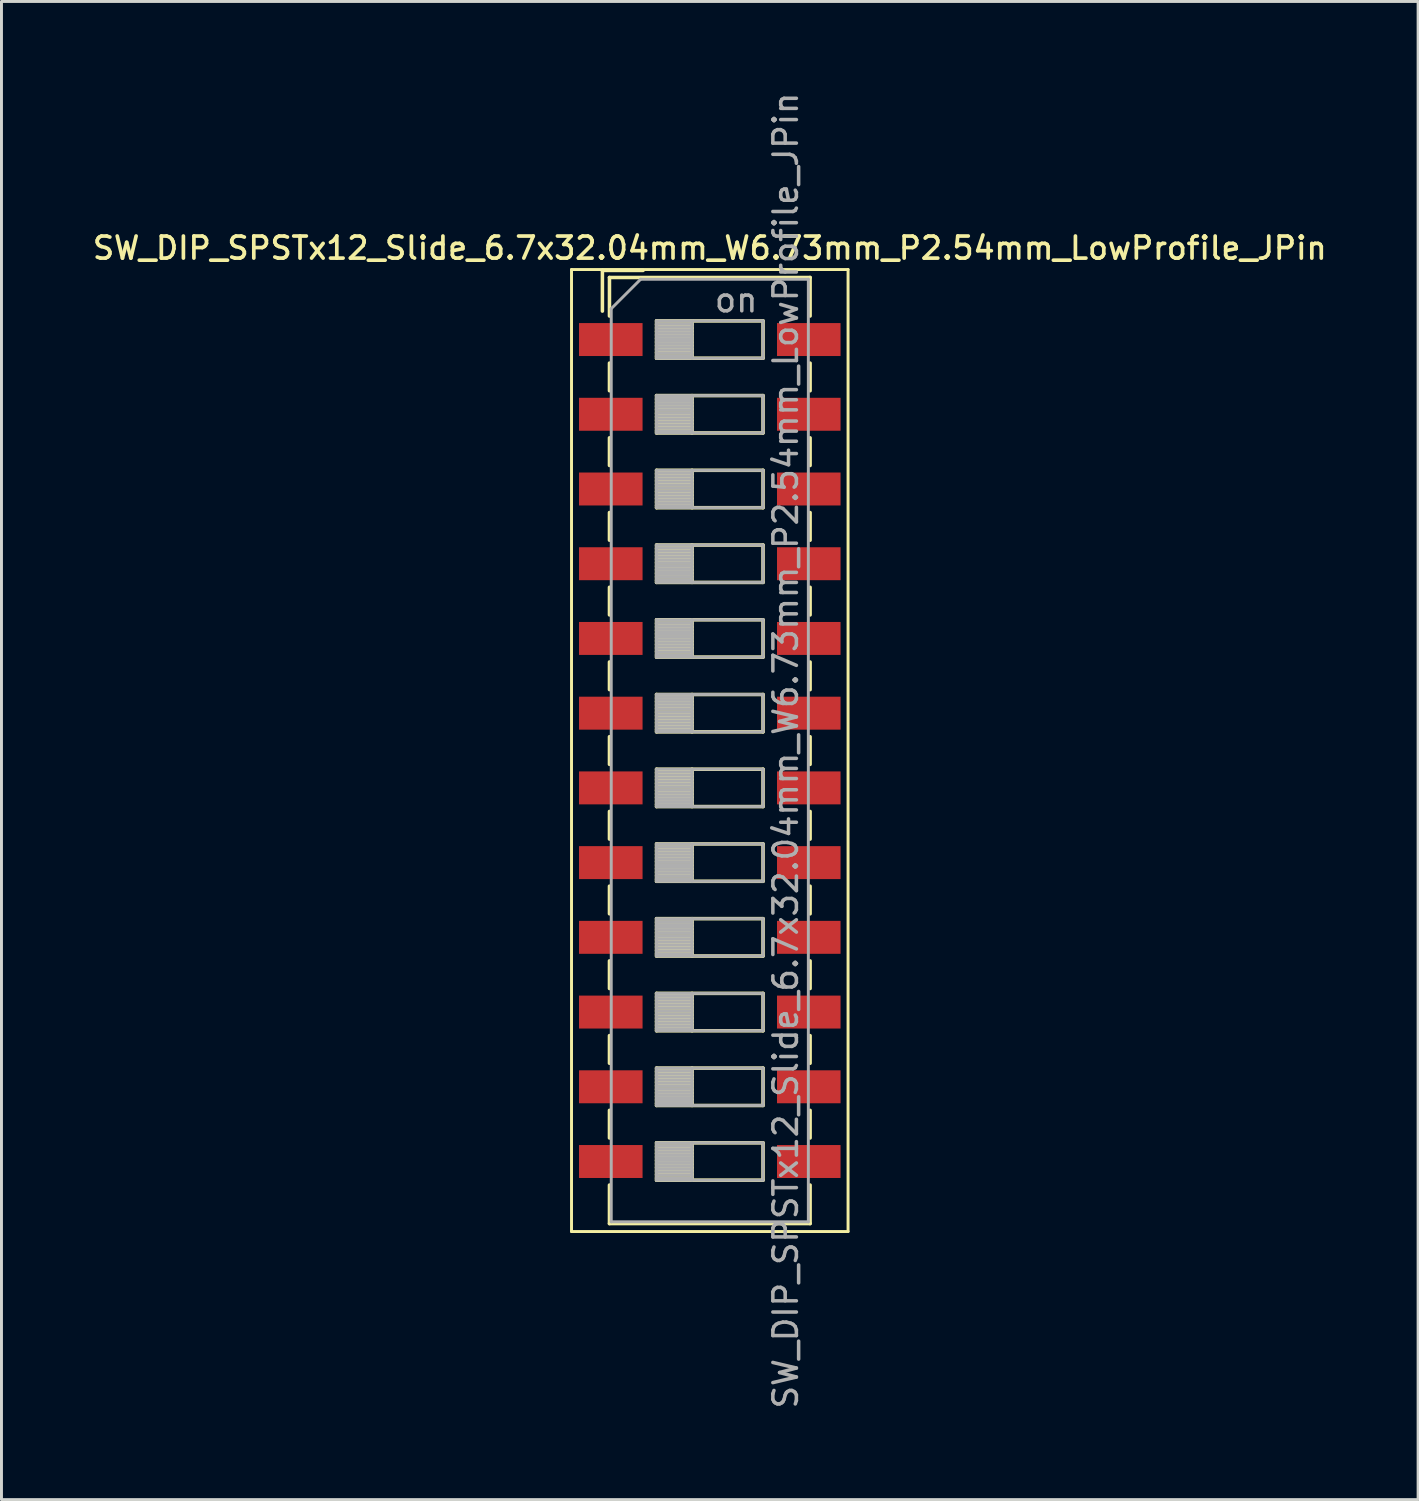
<source format=kicad_pcb>
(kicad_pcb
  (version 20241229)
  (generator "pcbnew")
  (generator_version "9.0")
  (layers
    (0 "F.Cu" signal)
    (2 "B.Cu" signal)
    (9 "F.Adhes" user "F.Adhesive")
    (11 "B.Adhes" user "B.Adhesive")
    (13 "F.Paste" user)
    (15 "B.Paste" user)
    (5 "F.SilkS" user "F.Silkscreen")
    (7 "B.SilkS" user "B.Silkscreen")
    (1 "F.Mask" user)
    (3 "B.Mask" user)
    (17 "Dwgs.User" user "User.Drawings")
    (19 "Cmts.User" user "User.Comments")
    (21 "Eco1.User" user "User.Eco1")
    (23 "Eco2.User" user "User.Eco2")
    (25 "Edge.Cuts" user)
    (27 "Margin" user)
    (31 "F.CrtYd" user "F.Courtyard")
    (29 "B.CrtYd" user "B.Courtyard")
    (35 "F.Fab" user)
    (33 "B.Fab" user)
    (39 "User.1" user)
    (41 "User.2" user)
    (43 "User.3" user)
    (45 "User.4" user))
  (footprint "SW_DIP_SPSTx12_Slide_6.7x32.04mm_W6.73mm_P2.54mm_LowProfile_JPin"
    (layer "F.Cu")
    (at 21.077 22.462)
    (property "Reference" "SW_DIP_SPSTx12_Slide_6.7x32.04mm_W6.73mm_P2.54mm_LowProfile_JPin" (at 0 -17.08 0) (layer "F.SilkS") (effects (font (size 0.75 0.75) (thickness 0.125))))
    (attr smd)
    (fp_line (start -4.7 -16.35) (end -4.7 16.35) (stroke (width 0.1) (type solid)) (layer "F.SilkS"))
    (fp_line (start -4.7 16.35) (end 4.7 16.35) (stroke (width 0.1) (type solid)) (layer "F.SilkS"))
    (fp_line (start -3.65 -16.32) (end -3.65 -14.937) (stroke (width 0.12) (type solid)) (layer "F.SilkS"))
    (fp_line (start -3.65 -16.32) (end -2.267 -16.32) (stroke (width 0.12) (type solid)) (layer "F.SilkS"))
    (fp_line (start -3.41 -16.08) (end -3.41 -14.77) (stroke (width 0.12) (type solid)) (layer "F.SilkS"))
    (fp_line (start -3.41 -16.08) (end 3.41 -16.08) (stroke (width 0.12) (type solid)) (layer "F.SilkS"))
    (fp_line (start -3.41 -13.17) (end -3.41 -12.23) (stroke (width 0.12) (type solid)) (layer "F.SilkS"))
    (fp_line (start -3.41 -10.63) (end -3.41 -9.69) (stroke (width 0.12) (type solid)) (layer "F.SilkS"))
    (fp_line (start -3.41 -8.09) (end -3.41 -7.15) (stroke (width 0.12) (type solid)) (layer "F.SilkS"))
    (fp_line (start -3.41 -5.55) (end -3.41 -4.61) (stroke (width 0.12) (type solid)) (layer "F.SilkS"))
    (fp_line (start -3.41 -3.01) (end -3.41 -2.07) (stroke (width 0.12) (type solid)) (layer "F.SilkS"))
    (fp_line (start -3.41 -0.47) (end -3.41 0.47) (stroke (width 0.12) (type solid)) (layer "F.SilkS"))
    (fp_line (start -3.41 2.07) (end -3.41 3.01) (stroke (width 0.12) (type solid)) (layer "F.SilkS"))
    (fp_line (start -3.41 4.61) (end -3.41 5.55) (stroke (width 0.12) (type solid)) (layer "F.SilkS"))
    (fp_line (start -3.41 7.15) (end -3.41 8.09) (stroke (width 0.12) (type solid)) (layer "F.SilkS"))
    (fp_line (start -3.41 9.69) (end -3.41 10.63) (stroke (width 0.12) (type solid)) (layer "F.SilkS"))
    (fp_line (start -3.41 12.23) (end -3.41 13.17) (stroke (width 0.12) (type solid)) (layer "F.SilkS"))
    (fp_line (start -3.41 14.77) (end -3.41 16.08) (stroke (width 0.12) (type solid)) (layer "F.SilkS"))
    (fp_line (start -3.41 16.08) (end 3.41 16.08) (stroke (width 0.12) (type solid)) (layer "F.SilkS"))
    (fp_line (start -1.81 -14.605) (end -1.81 -13.335) (stroke (width 0.12) (type solid)) (layer "F.SilkS"))
    (fp_line (start -1.81 -14.485) (end -0.603 -14.485) (stroke (width 0.12) (type solid)) (layer "F.SilkS"))
    (fp_line (start -1.81 -14.365) (end -0.603 -14.365) (stroke (width 0.12) (type solid)) (layer "F.SilkS"))
    (fp_line (start -1.81 -14.245) (end -0.603 -14.245) (stroke (width 0.12) (type solid)) (layer "F.SilkS"))
    (fp_line (start -1.81 -14.125) (end -0.603 -14.125) (stroke (width 0.12) (type solid)) (layer "F.SilkS"))
    (fp_line (start -1.81 -14.005) (end -0.603 -14.005) (stroke (width 0.12) (type solid)) (layer "F.SilkS"))
    (fp_line (start -1.81 -13.885) (end -0.603 -13.885) (stroke (width 0.12) (type solid)) (layer "F.SilkS"))
    (fp_line (start -1.81 -13.765) (end -0.603 -13.765) (stroke (width 0.12) (type solid)) (layer "F.SilkS"))
    (fp_line (start -1.81 -13.645) (end -0.603 -13.645) (stroke (width 0.12) (type solid)) (layer "F.SilkS"))
    (fp_line (start -1.81 -13.525) (end -0.603 -13.525) (stroke (width 0.12) (type solid)) (layer "F.SilkS"))
    (fp_line (start -1.81 -13.405) (end -0.603 -13.405) (stroke (width 0.12) (type solid)) (layer "F.SilkS"))
    (fp_line (start -1.81 -13.335) (end 1.81 -13.335) (stroke (width 0.12) (type solid)) (layer "F.SilkS"))
    (fp_line (start -1.81 -12.065) (end -1.81 -10.795) (stroke (width 0.12) (type solid)) (layer "F.SilkS"))
    (fp_line (start -1.81 -11.945) (end -0.603 -11.945) (stroke (width 0.12) (type solid)) (layer "F.SilkS"))
    (fp_line (start -1.81 -11.825) (end -0.603 -11.825) (stroke (width 0.12) (type solid)) (layer "F.SilkS"))
    (fp_line (start -1.81 -11.705) (end -0.603 -11.705) (stroke (width 0.12) (type solid)) (layer "F.SilkS"))
    (fp_line (start -1.81 -11.585) (end -0.603 -11.585) (stroke (width 0.12) (type solid)) (layer "F.SilkS"))
    (fp_line (start -1.81 -11.465) (end -0.603 -11.465) (stroke (width 0.12) (type solid)) (layer "F.SilkS"))
    (fp_line (start -1.81 -11.345) (end -0.603 -11.345) (stroke (width 0.12) (type solid)) (layer "F.SilkS"))
    (fp_line (start -1.81 -11.225) (end -0.603 -11.225) (stroke (width 0.12) (type solid)) (layer "F.SilkS"))
    (fp_line (start -1.81 -11.105) (end -0.603 -11.105) (stroke (width 0.12) (type solid)) (layer "F.SilkS"))
    (fp_line (start -1.81 -10.985) (end -0.603 -10.985) (stroke (width 0.12) (type solid)) (layer "F.SilkS"))
    (fp_line (start -1.81 -10.865) (end -0.603 -10.865) (stroke (width 0.12) (type solid)) (layer "F.SilkS"))
    (fp_line (start -1.81 -10.795) (end 1.81 -10.795) (stroke (width 0.12) (type solid)) (layer "F.SilkS"))
    (fp_line (start -1.81 -9.525) (end -1.81 -8.255) (stroke (width 0.12) (type solid)) (layer "F.SilkS"))
    (fp_line (start -1.81 -9.405) (end -0.603 -9.405) (stroke (width 0.12) (type solid)) (layer "F.SilkS"))
    (fp_line (start -1.81 -9.285) (end -0.603 -9.285) (stroke (width 0.12) (type solid)) (layer "F.SilkS"))
    (fp_line (start -1.81 -9.165) (end -0.603 -9.165) (stroke (width 0.12) (type solid)) (layer "F.SilkS"))
    (fp_line (start -1.81 -9.045) (end -0.603 -9.045) (stroke (width 0.12) (type solid)) (layer "F.SilkS"))
    (fp_line (start -1.81 -8.925) (end -0.603 -8.925) (stroke (width 0.12) (type solid)) (layer "F.SilkS"))
    (fp_line (start -1.81 -8.805) (end -0.603 -8.805) (stroke (width 0.12) (type solid)) (layer "F.SilkS"))
    (fp_line (start -1.81 -8.685) (end -0.603 -8.685) (stroke (width 0.12) (type solid)) (layer "F.SilkS"))
    (fp_line (start -1.81 -8.565) (end -0.603 -8.565) (stroke (width 0.12) (type solid)) (layer "F.SilkS"))
    (fp_line (start -1.81 -8.445) (end -0.603 -8.445) (stroke (width 0.12) (type solid)) (layer "F.SilkS"))
    (fp_line (start -1.81 -8.325) (end -0.603 -8.325) (stroke (width 0.12) (type solid)) (layer "F.SilkS"))
    (fp_line (start -1.81 -8.255) (end 1.81 -8.255) (stroke (width 0.12) (type solid)) (layer "F.SilkS"))
    (fp_line (start -1.81 -6.985) (end -1.81 -5.715) (stroke (width 0.12) (type solid)) (layer "F.SilkS"))
    (fp_line (start -1.81 -6.865) (end -0.603 -6.865) (stroke (width 0.12) (type solid)) (layer "F.SilkS"))
    (fp_line (start -1.81 -6.745) (end -0.603 -6.745) (stroke (width 0.12) (type solid)) (layer "F.SilkS"))
    (fp_line (start -1.81 -6.625) (end -0.603 -6.625) (stroke (width 0.12) (type solid)) (layer "F.SilkS"))
    (fp_line (start -1.81 -6.505) (end -0.603 -6.505) (stroke (width 0.12) (type solid)) (layer "F.SilkS"))
    (fp_line (start -1.81 -6.385) (end -0.603 -6.385) (stroke (width 0.12) (type solid)) (layer "F.SilkS"))
    (fp_line (start -1.81 -6.265) (end -0.603 -6.265) (stroke (width 0.12) (type solid)) (layer "F.SilkS"))
    (fp_line (start -1.81 -6.145) (end -0.603 -6.145) (stroke (width 0.12) (type solid)) (layer "F.SilkS"))
    (fp_line (start -1.81 -6.025) (end -0.603 -6.025) (stroke (width 0.12) (type solid)) (layer "F.SilkS"))
    (fp_line (start -1.81 -5.905) (end -0.603 -5.905) (stroke (width 0.12) (type solid)) (layer "F.SilkS"))
    (fp_line (start -1.81 -5.785) (end -0.603 -5.785) (stroke (width 0.12) (type solid)) (layer "F.SilkS"))
    (fp_line (start -1.81 -5.715) (end 1.81 -5.715) (stroke (width 0.12) (type solid)) (layer "F.SilkS"))
    (fp_line (start -1.81 -4.445) (end -1.81 -3.175) (stroke (width 0.12) (type solid)) (layer "F.SilkS"))
    (fp_line (start -1.81 -4.325) (end -0.603 -4.325) (stroke (width 0.12) (type solid)) (layer "F.SilkS"))
    (fp_line (start -1.81 -4.205) (end -0.603 -4.205) (stroke (width 0.12) (type solid)) (layer "F.SilkS"))
    (fp_line (start -1.81 -4.085) (end -0.603 -4.085) (stroke (width 0.12) (type solid)) (layer "F.SilkS"))
    (fp_line (start -1.81 -3.965) (end -0.603 -3.965) (stroke (width 0.12) (type solid)) (layer "F.SilkS"))
    (fp_line (start -1.81 -3.845) (end -0.603 -3.845) (stroke (width 0.12) (type solid)) (layer "F.SilkS"))
    (fp_line (start -1.81 -3.725) (end -0.603 -3.725) (stroke (width 0.12) (type solid)) (layer "F.SilkS"))
    (fp_line (start -1.81 -3.605) (end -0.603 -3.605) (stroke (width 0.12) (type solid)) (layer "F.SilkS"))
    (fp_line (start -1.81 -3.485) (end -0.603 -3.485) (stroke (width 0.12) (type solid)) (layer "F.SilkS"))
    (fp_line (start -1.81 -3.365) (end -0.603 -3.365) (stroke (width 0.12) (type solid)) (layer "F.SilkS"))
    (fp_line (start -1.81 -3.245) (end -0.603 -3.245) (stroke (width 0.12) (type solid)) (layer "F.SilkS"))
    (fp_line (start -1.81 -3.175) (end 1.81 -3.175) (stroke (width 0.12) (type solid)) (layer "F.SilkS"))
    (fp_line (start -1.81 -1.905) (end -1.81 -0.635) (stroke (width 0.12) (type solid)) (layer "F.SilkS"))
    (fp_line (start -1.81 -1.785) (end -0.603 -1.785) (stroke (width 0.12) (type solid)) (layer "F.SilkS"))
    (fp_line (start -1.81 -1.665) (end -0.603 -1.665) (stroke (width 0.12) (type solid)) (layer "F.SilkS"))
    (fp_line (start -1.81 -1.545) (end -0.603 -1.545) (stroke (width 0.12) (type solid)) (layer "F.SilkS"))
    (fp_line (start -1.81 -1.425) (end -0.603 -1.425) (stroke (width 0.12) (type solid)) (layer "F.SilkS"))
    (fp_line (start -1.81 -1.305) (end -0.603 -1.305) (stroke (width 0.12) (type solid)) (layer "F.SilkS"))
    (fp_line (start -1.81 -1.185) (end -0.603 -1.185) (stroke (width 0.12) (type solid)) (layer "F.SilkS"))
    (fp_line (start -1.81 -1.065) (end -0.603 -1.065) (stroke (width 0.12) (type solid)) (layer "F.SilkS"))
    (fp_line (start -1.81 -0.945) (end -0.603 -0.945) (stroke (width 0.12) (type solid)) (layer "F.SilkS"))
    (fp_line (start -1.81 -0.825) (end -0.603 -0.825) (stroke (width 0.12) (type solid)) (layer "F.SilkS"))
    (fp_line (start -1.81 -0.705) (end -0.603 -0.705) (stroke (width 0.12) (type solid)) (layer "F.SilkS"))
    (fp_line (start -1.81 -0.635) (end 1.81 -0.635) (stroke (width 0.12) (type solid)) (layer "F.SilkS"))
    (fp_line (start -1.81 0.635) (end -1.81 1.905) (stroke (width 0.12) (type solid)) (layer "F.SilkS"))
    (fp_line (start -1.81 0.755) (end -0.603 0.755) (stroke (width 0.12) (type solid)) (layer "F.SilkS"))
    (fp_line (start -1.81 0.875) (end -0.603 0.875) (stroke (width 0.12) (type solid)) (layer "F.SilkS"))
    (fp_line (start -1.81 0.995) (end -0.603 0.995) (stroke (width 0.12) (type solid)) (layer "F.SilkS"))
    (fp_line (start -1.81 1.115) (end -0.603 1.115) (stroke (width 0.12) (type solid)) (layer "F.SilkS"))
    (fp_line (start -1.81 1.235) (end -0.603 1.235) (stroke (width 0.12) (type solid)) (layer "F.SilkS"))
    (fp_line (start -1.81 1.355) (end -0.603 1.355) (stroke (width 0.12) (type solid)) (layer "F.SilkS"))
    (fp_line (start -1.81 1.475) (end -0.603 1.475) (stroke (width 0.12) (type solid)) (layer "F.SilkS"))
    (fp_line (start -1.81 1.595) (end -0.603 1.595) (stroke (width 0.12) (type solid)) (layer "F.SilkS"))
    (fp_line (start -1.81 1.715) (end -0.603 1.715) (stroke (width 0.12) (type solid)) (layer "F.SilkS"))
    (fp_line (start -1.81 1.835) (end -0.603 1.835) (stroke (width 0.12) (type solid)) (layer "F.SilkS"))
    (fp_line (start -1.81 1.905) (end 1.81 1.905) (stroke (width 0.12) (type solid)) (layer "F.SilkS"))
    (fp_line (start -1.81 3.175) (end -1.81 4.445) (stroke (width 0.12) (type solid)) (layer "F.SilkS"))
    (fp_line (start -1.81 3.295) (end -0.603 3.295) (stroke (width 0.12) (type solid)) (layer "F.SilkS"))
    (fp_line (start -1.81 3.415) (end -0.603 3.415) (stroke (width 0.12) (type solid)) (layer "F.SilkS"))
    (fp_line (start -1.81 3.535) (end -0.603 3.535) (stroke (width 0.12) (type solid)) (layer "F.SilkS"))
    (fp_line (start -1.81 3.655) (end -0.603 3.655) (stroke (width 0.12) (type solid)) (layer "F.SilkS"))
    (fp_line (start -1.81 3.775) (end -0.603 3.775) (stroke (width 0.12) (type solid)) (layer "F.SilkS"))
    (fp_line (start -1.81 3.895) (end -0.603 3.895) (stroke (width 0.12) (type solid)) (layer "F.SilkS"))
    (fp_line (start -1.81 4.015) (end -0.603 4.015) (stroke (width 0.12) (type solid)) (layer "F.SilkS"))
    (fp_line (start -1.81 4.135) (end -0.603 4.135) (stroke (width 0.12) (type solid)) (layer "F.SilkS"))
    (fp_line (start -1.81 4.255) (end -0.603 4.255) (stroke (width 0.12) (type solid)) (layer "F.SilkS"))
    (fp_line (start -1.81 4.375) (end -0.603 4.375) (stroke (width 0.12) (type solid)) (layer "F.SilkS"))
    (fp_line (start -1.81 4.445) (end 1.81 4.445) (stroke (width 0.12) (type solid)) (layer "F.SilkS"))
    (fp_line (start -1.81 5.715) (end -1.81 6.985) (stroke (width 0.12) (type solid)) (layer "F.SilkS"))
    (fp_line (start -1.81 5.835) (end -0.603 5.835) (stroke (width 0.12) (type solid)) (layer "F.SilkS"))
    (fp_line (start -1.81 5.955) (end -0.603 5.955) (stroke (width 0.12) (type solid)) (layer "F.SilkS"))
    (fp_line (start -1.81 6.075) (end -0.603 6.075) (stroke (width 0.12) (type solid)) (layer "F.SilkS"))
    (fp_line (start -1.81 6.195) (end -0.603 6.195) (stroke (width 0.12) (type solid)) (layer "F.SilkS"))
    (fp_line (start -1.81 6.315) (end -0.603 6.315) (stroke (width 0.12) (type solid)) (layer "F.SilkS"))
    (fp_line (start -1.81 6.435) (end -0.603 6.435) (stroke (width 0.12) (type solid)) (layer "F.SilkS"))
    (fp_line (start -1.81 6.555) (end -0.603 6.555) (stroke (width 0.12) (type solid)) (layer "F.SilkS"))
    (fp_line (start -1.81 6.675) (end -0.603 6.675) (stroke (width 0.12) (type solid)) (layer "F.SilkS"))
    (fp_line (start -1.81 6.795) (end -0.603 6.795) (stroke (width 0.12) (type solid)) (layer "F.SilkS"))
    (fp_line (start -1.81 6.915) (end -0.603 6.915) (stroke (width 0.12) (type solid)) (layer "F.SilkS"))
    (fp_line (start -1.81 6.985) (end 1.81 6.985) (stroke (width 0.12) (type solid)) (layer "F.SilkS"))
    (fp_line (start -1.81 8.255) (end -1.81 9.525) (stroke (width 0.12) (type solid)) (layer "F.SilkS"))
    (fp_line (start -1.81 8.375) (end -0.603 8.375) (stroke (width 0.12) (type solid)) (layer "F.SilkS"))
    (fp_line (start -1.81 8.495) (end -0.603 8.495) (stroke (width 0.12) (type solid)) (layer "F.SilkS"))
    (fp_line (start -1.81 8.615) (end -0.603 8.615) (stroke (width 0.12) (type solid)) (layer "F.SilkS"))
    (fp_line (start -1.81 8.735) (end -0.603 8.735) (stroke (width 0.12) (type solid)) (layer "F.SilkS"))
    (fp_line (start -1.81 8.855) (end -0.603 8.855) (stroke (width 0.12) (type solid)) (layer "F.SilkS"))
    (fp_line (start -1.81 8.975) (end -0.603 8.975) (stroke (width 0.12) (type solid)) (layer "F.SilkS"))
    (fp_line (start -1.81 9.095) (end -0.603 9.095) (stroke (width 0.12) (type solid)) (layer "F.SilkS"))
    (fp_line (start -1.81 9.215) (end -0.603 9.215) (stroke (width 0.12) (type solid)) (layer "F.SilkS"))
    (fp_line (start -1.81 9.335) (end -0.603 9.335) (stroke (width 0.12) (type solid)) (layer "F.SilkS"))
    (fp_line (start -1.81 9.455) (end -0.603 9.455) (stroke (width 0.12) (type solid)) (layer "F.SilkS"))
    (fp_line (start -1.81 9.525) (end 1.81 9.525) (stroke (width 0.12) (type solid)) (layer "F.SilkS"))
    (fp_line (start -1.81 10.795) (end -1.81 12.065) (stroke (width 0.12) (type solid)) (layer "F.SilkS"))
    (fp_line (start -1.81 10.915) (end -0.603 10.915) (stroke (width 0.12) (type solid)) (layer "F.SilkS"))
    (fp_line (start -1.81 11.035) (end -0.603 11.035) (stroke (width 0.12) (type solid)) (layer "F.SilkS"))
    (fp_line (start -1.81 11.155) (end -0.603 11.155) (stroke (width 0.12) (type solid)) (layer "F.SilkS"))
    (fp_line (start -1.81 11.275) (end -0.603 11.275) (stroke (width 0.12) (type solid)) (layer "F.SilkS"))
    (fp_line (start -1.81 11.395) (end -0.603 11.395) (stroke (width 0.12) (type solid)) (layer "F.SilkS"))
    (fp_line (start -1.81 11.515) (end -0.603 11.515) (stroke (width 0.12) (type solid)) (layer "F.SilkS"))
    (fp_line (start -1.81 11.635) (end -0.603 11.635) (stroke (width 0.12) (type solid)) (layer "F.SilkS"))
    (fp_line (start -1.81 11.755) (end -0.603 11.755) (stroke (width 0.12) (type solid)) (layer "F.SilkS"))
    (fp_line (start -1.81 11.875) (end -0.603 11.875) (stroke (width 0.12) (type solid)) (layer "F.SilkS"))
    (fp_line (start -1.81 11.995) (end -0.603 11.995) (stroke (width 0.12) (type solid)) (layer "F.SilkS"))
    (fp_line (start -1.81 12.065) (end 1.81 12.065) (stroke (width 0.12) (type solid)) (layer "F.SilkS"))
    (fp_line (start -1.81 13.335) (end -1.81 14.605) (stroke (width 0.12) (type solid)) (layer "F.SilkS"))
    (fp_line (start -1.81 13.455) (end -0.603 13.455) (stroke (width 0.12) (type solid)) (layer "F.SilkS"))
    (fp_line (start -1.81 13.575) (end -0.603 13.575) (stroke (width 0.12) (type solid)) (layer "F.SilkS"))
    (fp_line (start -1.81 13.695) (end -0.603 13.695) (stroke (width 0.12) (type solid)) (layer "F.SilkS"))
    (fp_line (start -1.81 13.815) (end -0.603 13.815) (stroke (width 0.12) (type solid)) (layer "F.SilkS"))
    (fp_line (start -1.81 13.935) (end -0.603 13.935) (stroke (width 0.12) (type solid)) (layer "F.SilkS"))
    (fp_line (start -1.81 14.055) (end -0.603 14.055) (stroke (width 0.12) (type solid)) (layer "F.SilkS"))
    (fp_line (start -1.81 14.175) (end -0.603 14.175) (stroke (width 0.12) (type solid)) (layer "F.SilkS"))
    (fp_line (start -1.81 14.295) (end -0.603 14.295) (stroke (width 0.12) (type solid)) (layer "F.SilkS"))
    (fp_line (start -1.81 14.415) (end -0.603 14.415) (stroke (width 0.12) (type solid)) (layer "F.SilkS"))
    (fp_line (start -1.81 14.535) (end -0.603 14.535) (stroke (width 0.12) (type solid)) (layer "F.SilkS"))
    (fp_line (start -1.81 14.605) (end 1.81 14.605) (stroke (width 0.12) (type solid)) (layer "F.SilkS"))
    (fp_line (start -0.603 -14.605) (end -0.603 -13.335) (stroke (width 0.12) (type solid)) (layer "F.SilkS"))
    (fp_line (start -0.603 -12.065) (end -0.603 -10.795) (stroke (width 0.12) (type solid)) (layer "F.SilkS"))
    (fp_line (start -0.603 -9.525) (end -0.603 -8.255) (stroke (width 0.12) (type solid)) (layer "F.SilkS"))
    (fp_line (start -0.603 -6.985) (end -0.603 -5.715) (stroke (width 0.12) (type solid)) (layer "F.SilkS"))
    (fp_line (start -0.603 -4.445) (end -0.603 -3.175) (stroke (width 0.12) (type solid)) (layer "F.SilkS"))
    (fp_line (start -0.603 -1.905) (end -0.603 -0.635) (stroke (width 0.12) (type solid)) (layer "F.SilkS"))
    (fp_line (start -0.603 0.635) (end -0.603 1.905) (stroke (width 0.12) (type solid)) (layer "F.SilkS"))
    (fp_line (start -0.603 3.175) (end -0.603 4.445) (stroke (width 0.12) (type solid)) (layer "F.SilkS"))
    (fp_line (start -0.603 5.715) (end -0.603 6.985) (stroke (width 0.12) (type solid)) (layer "F.SilkS"))
    (fp_line (start -0.603 8.255) (end -0.603 9.525) (stroke (width 0.12) (type solid)) (layer "F.SilkS"))
    (fp_line (start -0.603 10.795) (end -0.603 12.065) (stroke (width 0.12) (type solid)) (layer "F.SilkS"))
    (fp_line (start -0.603 13.335) (end -0.603 14.605) (stroke (width 0.12) (type solid)) (layer "F.SilkS"))
    (fp_line (start 1.81 -14.605) (end -1.81 -14.605) (stroke (width 0.12) (type solid)) (layer "F.SilkS"))
    (fp_line (start 1.81 -13.335) (end 1.81 -14.605) (stroke (width 0.12) (type solid)) (layer "F.SilkS"))
    (fp_line (start 1.81 -12.065) (end -1.81 -12.065) (stroke (width 0.12) (type solid)) (layer "F.SilkS"))
    (fp_line (start 1.81 -10.795) (end 1.81 -12.065) (stroke (width 0.12) (type solid)) (layer "F.SilkS"))
    (fp_line (start 1.81 -9.525) (end -1.81 -9.525) (stroke (width 0.12) (type solid)) (layer "F.SilkS"))
    (fp_line (start 1.81 -8.255) (end 1.81 -9.525) (stroke (width 0.12) (type solid)) (layer "F.SilkS"))
    (fp_line (start 1.81 -6.985) (end -1.81 -6.985) (stroke (width 0.12) (type solid)) (layer "F.SilkS"))
    (fp_line (start 1.81 -5.715) (end 1.81 -6.985) (stroke (width 0.12) (type solid)) (layer "F.SilkS"))
    (fp_line (start 1.81 -4.445) (end -1.81 -4.445) (stroke (width 0.12) (type solid)) (layer "F.SilkS"))
    (fp_line (start 1.81 -3.175) (end 1.81 -4.445) (stroke (width 0.12) (type solid)) (layer "F.SilkS"))
    (fp_line (start 1.81 -1.905) (end -1.81 -1.905) (stroke (width 0.12) (type solid)) (layer "F.SilkS"))
    (fp_line (start 1.81 -0.635) (end 1.81 -1.905) (stroke (width 0.12) (type solid)) (layer "F.SilkS"))
    (fp_line (start 1.81 0.635) (end -1.81 0.635) (stroke (width 0.12) (type solid)) (layer "F.SilkS"))
    (fp_line (start 1.81 1.905) (end 1.81 0.635) (stroke (width 0.12) (type solid)) (layer "F.SilkS"))
    (fp_line (start 1.81 3.175) (end -1.81 3.175) (stroke (width 0.12) (type solid)) (layer "F.SilkS"))
    (fp_line (start 1.81 4.445) (end 1.81 3.175) (stroke (width 0.12) (type solid)) (layer "F.SilkS"))
    (fp_line (start 1.81 5.715) (end -1.81 5.715) (stroke (width 0.12) (type solid)) (layer "F.SilkS"))
    (fp_line (start 1.81 6.985) (end 1.81 5.715) (stroke (width 0.12) (type solid)) (layer "F.SilkS"))
    (fp_line (start 1.81 8.255) (end -1.81 8.255) (stroke (width 0.12) (type solid)) (layer "F.SilkS"))
    (fp_line (start 1.81 9.525) (end 1.81 8.255) (stroke (width 0.12) (type solid)) (layer "F.SilkS"))
    (fp_line (start 1.81 10.795) (end -1.81 10.795) (stroke (width 0.12) (type solid)) (layer "F.SilkS"))
    (fp_line (start 1.81 12.065) (end 1.81 10.795) (stroke (width 0.12) (type solid)) (layer "F.SilkS"))
    (fp_line (start 1.81 13.335) (end -1.81 13.335) (stroke (width 0.12) (type solid)) (layer "F.SilkS"))
    (fp_line (start 1.81 14.605) (end 1.81 13.335) (stroke (width 0.12) (type solid)) (layer "F.SilkS"))
    (fp_line (start 3.41 -16.08) (end 3.41 -14.77) (stroke (width 0.12) (type solid)) (layer "F.SilkS"))
    (fp_line (start 3.41 -13.169) (end 3.41 -12.229) (stroke (width 0.12) (type solid)) (layer "F.SilkS"))
    (fp_line (start 3.41 -10.629) (end 3.41 -9.689) (stroke (width 0.12) (type solid)) (layer "F.SilkS"))
    (fp_line (start 3.41 -8.089) (end 3.41 -7.149) (stroke (width 0.12) (type solid)) (layer "F.SilkS"))
    (fp_line (start 3.41 -5.549) (end 3.41 -4.609) (stroke (width 0.12) (type solid)) (layer "F.SilkS"))
    (fp_line (start 3.41 -3.009) (end 3.41 -2.069) (stroke (width 0.12) (type solid)) (layer "F.SilkS"))
    (fp_line (start 3.41 -0.469) (end 3.41 0.471) (stroke (width 0.12) (type solid)) (layer "F.SilkS"))
    (fp_line (start 3.41 2.071) (end 3.41 3.011) (stroke (width 0.12) (type solid)) (layer "F.SilkS"))
    (fp_line (start 3.41 4.611) (end 3.41 5.551) (stroke (width 0.12) (type solid)) (layer "F.SilkS"))
    (fp_line (start 3.41 7.151) (end 3.41 8.09) (stroke (width 0.12) (type solid)) (layer "F.SilkS"))
    (fp_line (start 3.41 9.691) (end 3.41 10.63) (stroke (width 0.12) (type solid)) (layer "F.SilkS"))
    (fp_line (start 3.41 12.231) (end 3.41 13.17) (stroke (width 0.12) (type solid)) (layer "F.SilkS"))
    (fp_line (start 3.41 14.77) (end 3.41 16.08) (stroke (width 0.12) (type solid)) (layer "F.SilkS"))
    (fp_line (start 4.7 -16.35) (end -4.7 -16.35) (stroke (width 0.1) (type solid)) (layer "F.SilkS"))
    (fp_line (start 4.7 16.35) (end 4.7 -16.35) (stroke (width 0.1) (type solid)) (layer "F.SilkS"))
    (fp_line (start -3.35 -15.02) (end -2.35 -16.02) (stroke (width 0.1) (type solid)) (layer "F.Fab"))
    (fp_line (start -3.35 16.02) (end -3.35 -15.02) (stroke (width 0.1) (type solid)) (layer "F.Fab"))
    (fp_line (start -2.35 -16.02) (end 3.35 -16.02) (stroke (width 0.1) (type solid)) (layer "F.Fab"))
    (fp_line (start -1.81 -14.605) (end -1.81 -13.335) (stroke (width 0.1) (type solid)) (layer "F.Fab"))
    (fp_line (start -1.81 -14.505) (end -0.603 -14.505) (stroke (width 0.1) (type solid)) (layer "F.Fab"))
    (fp_line (start -1.81 -14.405) (end -0.603 -14.405) (stroke (width 0.1) (type solid)) (layer "F.Fab"))
    (fp_line (start -1.81 -14.305) (end -0.603 -14.305) (stroke (width 0.1) (type solid)) (layer "F.Fab"))
    (fp_line (start -1.81 -14.205) (end -0.603 -14.205) (stroke (width 0.1) (type solid)) (layer "F.Fab"))
    (fp_line (start -1.81 -14.105) (end -0.603 -14.105) (stroke (width 0.1) (type solid)) (layer "F.Fab"))
    (fp_line (start -1.81 -14.005) (end -0.603 -14.005) (stroke (width 0.1) (type solid)) (layer "F.Fab"))
    (fp_line (start -1.81 -13.905) (end -0.603 -13.905) (stroke (width 0.1) (type solid)) (layer "F.Fab"))
    (fp_line (start -1.81 -13.805) (end -0.603 -13.805) (stroke (width 0.1) (type solid)) (layer "F.Fab"))
    (fp_line (start -1.81 -13.705) (end -0.603 -13.705) (stroke (width 0.1) (type solid)) (layer "F.Fab"))
    (fp_line (start -1.81 -13.605) (end -0.603 -13.605) (stroke (width 0.1) (type solid)) (layer "F.Fab"))
    (fp_line (start -1.81 -13.505) (end -0.603 -13.505) (stroke (width 0.1) (type solid)) (layer "F.Fab"))
    (fp_line (start -1.81 -13.405) (end -0.603 -13.405) (stroke (width 0.1) (type solid)) (layer "F.Fab"))
    (fp_line (start -1.81 -13.335) (end 1.81 -13.335) (stroke (width 0.1) (type solid)) (layer "F.Fab"))
    (fp_line (start -1.81 -12.065) (end -1.81 -10.795) (stroke (width 0.1) (type solid)) (layer "F.Fab"))
    (fp_line (start -1.81 -11.965) (end -0.603 -11.965) (stroke (width 0.1) (type solid)) (layer "F.Fab"))
    (fp_line (start -1.81 -11.865) (end -0.603 -11.865) (stroke (width 0.1) (type solid)) (layer "F.Fab"))
    (fp_line (start -1.81 -11.765) (end -0.603 -11.765) (stroke (width 0.1) (type solid)) (layer "F.Fab"))
    (fp_line (start -1.81 -11.665) (end -0.603 -11.665) (stroke (width 0.1) (type solid)) (layer "F.Fab"))
    (fp_line (start -1.81 -11.565) (end -0.603 -11.565) (stroke (width 0.1) (type solid)) (layer "F.Fab"))
    (fp_line (start -1.81 -11.465) (end -0.603 -11.465) (stroke (width 0.1) (type solid)) (layer "F.Fab"))
    (fp_line (start -1.81 -11.365) (end -0.603 -11.365) (stroke (width 0.1) (type solid)) (layer "F.Fab"))
    (fp_line (start -1.81 -11.265) (end -0.603 -11.265) (stroke (width 0.1) (type solid)) (layer "F.Fab"))
    (fp_line (start -1.81 -11.165) (end -0.603 -11.165) (stroke (width 0.1) (type solid)) (layer "F.Fab"))
    (fp_line (start -1.81 -11.065) (end -0.603 -11.065) (stroke (width 0.1) (type solid)) (layer "F.Fab"))
    (fp_line (start -1.81 -10.965) (end -0.603 -10.965) (stroke (width 0.1) (type solid)) (layer "F.Fab"))
    (fp_line (start -1.81 -10.865) (end -0.603 -10.865) (stroke (width 0.1) (type solid)) (layer "F.Fab"))
    (fp_line (start -1.81 -10.795) (end 1.81 -10.795) (stroke (width 0.1) (type solid)) (layer "F.Fab"))
    (fp_line (start -1.81 -9.525) (end -1.81 -8.255) (stroke (width 0.1) (type solid)) (layer "F.Fab"))
    (fp_line (start -1.81 -9.425) (end -0.603 -9.425) (stroke (width 0.1) (type solid)) (layer "F.Fab"))
    (fp_line (start -1.81 -9.325) (end -0.603 -9.325) (stroke (width 0.1) (type solid)) (layer "F.Fab"))
    (fp_line (start -1.81 -9.225) (end -0.603 -9.225) (stroke (width 0.1) (type solid)) (layer "F.Fab"))
    (fp_line (start -1.81 -9.125) (end -0.603 -9.125) (stroke (width 0.1) (type solid)) (layer "F.Fab"))
    (fp_line (start -1.81 -9.025) (end -0.603 -9.025) (stroke (width 0.1) (type solid)) (layer "F.Fab"))
    (fp_line (start -1.81 -8.925) (end -0.603 -8.925) (stroke (width 0.1) (type solid)) (layer "F.Fab"))
    (fp_line (start -1.81 -8.825) (end -0.603 -8.825) (stroke (width 0.1) (type solid)) (layer "F.Fab"))
    (fp_line (start -1.81 -8.725) (end -0.603 -8.725) (stroke (width 0.1) (type solid)) (layer "F.Fab"))
    (fp_line (start -1.81 -8.625) (end -0.603 -8.625) (stroke (width 0.1) (type solid)) (layer "F.Fab"))
    (fp_line (start -1.81 -8.525) (end -0.603 -8.525) (stroke (width 0.1) (type solid)) (layer "F.Fab"))
    (fp_line (start -1.81 -8.425) (end -0.603 -8.425) (stroke (width 0.1) (type solid)) (layer "F.Fab"))
    (fp_line (start -1.81 -8.325) (end -0.603 -8.325) (stroke (width 0.1) (type solid)) (layer "F.Fab"))
    (fp_line (start -1.81 -8.255) (end 1.81 -8.255) (stroke (width 0.1) (type solid)) (layer "F.Fab"))
    (fp_line (start -1.81 -6.985) (end -1.81 -5.715) (stroke (width 0.1) (type solid)) (layer "F.Fab"))
    (fp_line (start -1.81 -6.885) (end -0.603 -6.885) (stroke (width 0.1) (type solid)) (layer "F.Fab"))
    (fp_line (start -1.81 -6.785) (end -0.603 -6.785) (stroke (width 0.1) (type solid)) (layer "F.Fab"))
    (fp_line (start -1.81 -6.685) (end -0.603 -6.685) (stroke (width 0.1) (type solid)) (layer "F.Fab"))
    (fp_line (start -1.81 -6.585) (end -0.603 -6.585) (stroke (width 0.1) (type solid)) (layer "F.Fab"))
    (fp_line (start -1.81 -6.485) (end -0.603 -6.485) (stroke (width 0.1) (type solid)) (layer "F.Fab"))
    (fp_line (start -1.81 -6.385) (end -0.603 -6.385) (stroke (width 0.1) (type solid)) (layer "F.Fab"))
    (fp_line (start -1.81 -6.285) (end -0.603 -6.285) (stroke (width 0.1) (type solid)) (layer "F.Fab"))
    (fp_line (start -1.81 -6.185) (end -0.603 -6.185) (stroke (width 0.1) (type solid)) (layer "F.Fab"))
    (fp_line (start -1.81 -6.085) (end -0.603 -6.085) (stroke (width 0.1) (type solid)) (layer "F.Fab"))
    (fp_line (start -1.81 -5.985) (end -0.603 -5.985) (stroke (width 0.1) (type solid)) (layer "F.Fab"))
    (fp_line (start -1.81 -5.885) (end -0.603 -5.885) (stroke (width 0.1) (type solid)) (layer "F.Fab"))
    (fp_line (start -1.81 -5.785) (end -0.603 -5.785) (stroke (width 0.1) (type solid)) (layer "F.Fab"))
    (fp_line (start -1.81 -5.715) (end 1.81 -5.715) (stroke (width 0.1) (type solid)) (layer "F.Fab"))
    (fp_line (start -1.81 -4.445) (end -1.81 -3.175) (stroke (width 0.1) (type solid)) (layer "F.Fab"))
    (fp_line (start -1.81 -4.345) (end -0.603 -4.345) (stroke (width 0.1) (type solid)) (layer "F.Fab"))
    (fp_line (start -1.81 -4.245) (end -0.603 -4.245) (stroke (width 0.1) (type solid)) (layer "F.Fab"))
    (fp_line (start -1.81 -4.145) (end -0.603 -4.145) (stroke (width 0.1) (type solid)) (layer "F.Fab"))
    (fp_line (start -1.81 -4.045) (end -0.603 -4.045) (stroke (width 0.1) (type solid)) (layer "F.Fab"))
    (fp_line (start -1.81 -3.945) (end -0.603 -3.945) (stroke (width 0.1) (type solid)) (layer "F.Fab"))
    (fp_line (start -1.81 -3.845) (end -0.603 -3.845) (stroke (width 0.1) (type solid)) (layer "F.Fab"))
    (fp_line (start -1.81 -3.745) (end -0.603 -3.745) (stroke (width 0.1) (type solid)) (layer "F.Fab"))
    (fp_line (start -1.81 -3.645) (end -0.603 -3.645) (stroke (width 0.1) (type solid)) (layer "F.Fab"))
    (fp_line (start -1.81 -3.545) (end -0.603 -3.545) (stroke (width 0.1) (type solid)) (layer "F.Fab"))
    (fp_line (start -1.81 -3.445) (end -0.603 -3.445) (stroke (width 0.1) (type solid)) (layer "F.Fab"))
    (fp_line (start -1.81 -3.345) (end -0.603 -3.345) (stroke (width 0.1) (type solid)) (layer "F.Fab"))
    (fp_line (start -1.81 -3.245) (end -0.603 -3.245) (stroke (width 0.1) (type solid)) (layer "F.Fab"))
    (fp_line (start -1.81 -3.175) (end 1.81 -3.175) (stroke (width 0.1) (type solid)) (layer "F.Fab"))
    (fp_line (start -1.81 -1.905) (end -1.81 -0.635) (stroke (width 0.1) (type solid)) (layer "F.Fab"))
    (fp_line (start -1.81 -1.805) (end -0.603 -1.805) (stroke (width 0.1) (type solid)) (layer "F.Fab"))
    (fp_line (start -1.81 -1.705) (end -0.603 -1.705) (stroke (width 0.1) (type solid)) (layer "F.Fab"))
    (fp_line (start -1.81 -1.605) (end -0.603 -1.605) (stroke (width 0.1) (type solid)) (layer "F.Fab"))
    (fp_line (start -1.81 -1.505) (end -0.603 -1.505) (stroke (width 0.1) (type solid)) (layer "F.Fab"))
    (fp_line (start -1.81 -1.405) (end -0.603 -1.405) (stroke (width 0.1) (type solid)) (layer "F.Fab"))
    (fp_line (start -1.81 -1.305) (end -0.603 -1.305) (stroke (width 0.1) (type solid)) (layer "F.Fab"))
    (fp_line (start -1.81 -1.205) (end -0.603 -1.205) (stroke (width 0.1) (type solid)) (layer "F.Fab"))
    (fp_line (start -1.81 -1.105) (end -0.603 -1.105) (stroke (width 0.1) (type solid)) (layer "F.Fab"))
    (fp_line (start -1.81 -1.005) (end -0.603 -1.005) (stroke (width 0.1) (type solid)) (layer "F.Fab"))
    (fp_line (start -1.81 -0.905) (end -0.603 -0.905) (stroke (width 0.1) (type solid)) (layer "F.Fab"))
    (fp_line (start -1.81 -0.805) (end -0.603 -0.805) (stroke (width 0.1) (type solid)) (layer "F.Fab"))
    (fp_line (start -1.81 -0.705) (end -0.603 -0.705) (stroke (width 0.1) (type solid)) (layer "F.Fab"))
    (fp_line (start -1.81 -0.635) (end 1.81 -0.635) (stroke (width 0.1) (type solid)) (layer "F.Fab"))
    (fp_line (start -1.81 0.635) (end -1.81 1.905) (stroke (width 0.1) (type solid)) (layer "F.Fab"))
    (fp_line (start -1.81 0.735) (end -0.603 0.735) (stroke (width 0.1) (type solid)) (layer "F.Fab"))
    (fp_line (start -1.81 0.835) (end -0.603 0.835) (stroke (width 0.1) (type solid)) (layer "F.Fab"))
    (fp_line (start -1.81 0.935) (end -0.603 0.935) (stroke (width 0.1) (type solid)) (layer "F.Fab"))
    (fp_line (start -1.81 1.035) (end -0.603 1.035) (stroke (width 0.1) (type solid)) (layer "F.Fab"))
    (fp_line (start -1.81 1.135) (end -0.603 1.135) (stroke (width 0.1) (type solid)) (layer "F.Fab"))
    (fp_line (start -1.81 1.235) (end -0.603 1.235) (stroke (width 0.1) (type solid)) (layer "F.Fab"))
    (fp_line (start -1.81 1.335) (end -0.603 1.335) (stroke (width 0.1) (type solid)) (layer "F.Fab"))
    (fp_line (start -1.81 1.435) (end -0.603 1.435) (stroke (width 0.1) (type solid)) (layer "F.Fab"))
    (fp_line (start -1.81 1.535) (end -0.603 1.535) (stroke (width 0.1) (type solid)) (layer "F.Fab"))
    (fp_line (start -1.81 1.635) (end -0.603 1.635) (stroke (width 0.1) (type solid)) (layer "F.Fab"))
    (fp_line (start -1.81 1.735) (end -0.603 1.735) (stroke (width 0.1) (type solid)) (layer "F.Fab"))
    (fp_line (start -1.81 1.835) (end -0.603 1.835) (stroke (width 0.1) (type solid)) (layer "F.Fab"))
    (fp_line (start -1.81 1.905) (end 1.81 1.905) (stroke (width 0.1) (type solid)) (layer "F.Fab"))
    (fp_line (start -1.81 3.175) (end -1.81 4.445) (stroke (width 0.1) (type solid)) (layer "F.Fab"))
    (fp_line (start -1.81 3.275) (end -0.603 3.275) (stroke (width 0.1) (type solid)) (layer "F.Fab"))
    (fp_line (start -1.81 3.375) (end -0.603 3.375) (stroke (width 0.1) (type solid)) (layer "F.Fab"))
    (fp_line (start -1.81 3.475) (end -0.603 3.475) (stroke (width 0.1) (type solid)) (layer "F.Fab"))
    (fp_line (start -1.81 3.575) (end -0.603 3.575) (stroke (width 0.1) (type solid)) (layer "F.Fab"))
    (fp_line (start -1.81 3.675) (end -0.603 3.675) (stroke (width 0.1) (type solid)) (layer "F.Fab"))
    (fp_line (start -1.81 3.775) (end -0.603 3.775) (stroke (width 0.1) (type solid)) (layer "F.Fab"))
    (fp_line (start -1.81 3.875) (end -0.603 3.875) (stroke (width 0.1) (type solid)) (layer "F.Fab"))
    (fp_line (start -1.81 3.975) (end -0.603 3.975) (stroke (width 0.1) (type solid)) (layer "F.Fab"))
    (fp_line (start -1.81 4.075) (end -0.603 4.075) (stroke (width 0.1) (type solid)) (layer "F.Fab"))
    (fp_line (start -1.81 4.175) (end -0.603 4.175) (stroke (width 0.1) (type solid)) (layer "F.Fab"))
    (fp_line (start -1.81 4.275) (end -0.603 4.275) (stroke (width 0.1) (type solid)) (layer "F.Fab"))
    (fp_line (start -1.81 4.375) (end -0.603 4.375) (stroke (width 0.1) (type solid)) (layer "F.Fab"))
    (fp_line (start -1.81 4.445) (end 1.81 4.445) (stroke (width 0.1) (type solid)) (layer "F.Fab"))
    (fp_line (start -1.81 5.715) (end -1.81 6.985) (stroke (width 0.1) (type solid)) (layer "F.Fab"))
    (fp_line (start -1.81 5.815) (end -0.603 5.815) (stroke (width 0.1) (type solid)) (layer "F.Fab"))
    (fp_line (start -1.81 5.915) (end -0.603 5.915) (stroke (width 0.1) (type solid)) (layer "F.Fab"))
    (fp_line (start -1.81 6.015) (end -0.603 6.015) (stroke (width 0.1) (type solid)) (layer "F.Fab"))
    (fp_line (start -1.81 6.115) (end -0.603 6.115) (stroke (width 0.1) (type solid)) (layer "F.Fab"))
    (fp_line (start -1.81 6.215) (end -0.603 6.215) (stroke (width 0.1) (type solid)) (layer "F.Fab"))
    (fp_line (start -1.81 6.315) (end -0.603 6.315) (stroke (width 0.1) (type solid)) (layer "F.Fab"))
    (fp_line (start -1.81 6.415) (end -0.603 6.415) (stroke (width 0.1) (type solid)) (layer "F.Fab"))
    (fp_line (start -1.81 6.515) (end -0.603 6.515) (stroke (width 0.1) (type solid)) (layer "F.Fab"))
    (fp_line (start -1.81 6.615) (end -0.603 6.615) (stroke (width 0.1) (type solid)) (layer "F.Fab"))
    (fp_line (start -1.81 6.715) (end -0.603 6.715) (stroke (width 0.1) (type solid)) (layer "F.Fab"))
    (fp_line (start -1.81 6.815) (end -0.603 6.815) (stroke (width 0.1) (type solid)) (layer "F.Fab"))
    (fp_line (start -1.81 6.915) (end -0.603 6.915) (stroke (width 0.1) (type solid)) (layer "F.Fab"))
    (fp_line (start -1.81 6.985) (end 1.81 6.985) (stroke (width 0.1) (type solid)) (layer "F.Fab"))
    (fp_line (start -1.81 8.255) (end -1.81 9.525) (stroke (width 0.1) (type solid)) (layer "F.Fab"))
    (fp_line (start -1.81 8.355) (end -0.603 8.355) (stroke (width 0.1) (type solid)) (layer "F.Fab"))
    (fp_line (start -1.81 8.455) (end -0.603 8.455) (stroke (width 0.1) (type solid)) (layer "F.Fab"))
    (fp_line (start -1.81 8.555) (end -0.603 8.555) (stroke (width 0.1) (type solid)) (layer "F.Fab"))
    (fp_line (start -1.81 8.655) (end -0.603 8.655) (stroke (width 0.1) (type solid)) (layer "F.Fab"))
    (fp_line (start -1.81 8.755) (end -0.603 8.755) (stroke (width 0.1) (type solid)) (layer "F.Fab"))
    (fp_line (start -1.81 8.855) (end -0.603 8.855) (stroke (width 0.1) (type solid)) (layer "F.Fab"))
    (fp_line (start -1.81 8.955) (end -0.603 8.955) (stroke (width 0.1) (type solid)) (layer "F.Fab"))
    (fp_line (start -1.81 9.055) (end -0.603 9.055) (stroke (width 0.1) (type solid)) (layer "F.Fab"))
    (fp_line (start -1.81 9.155) (end -0.603 9.155) (stroke (width 0.1) (type solid)) (layer "F.Fab"))
    (fp_line (start -1.81 9.255) (end -0.603 9.255) (stroke (width 0.1) (type solid)) (layer "F.Fab"))
    (fp_line (start -1.81 9.355) (end -0.603 9.355) (stroke (width 0.1) (type solid)) (layer "F.Fab"))
    (fp_line (start -1.81 9.455) (end -0.603 9.455) (stroke (width 0.1) (type solid)) (layer "F.Fab"))
    (fp_line (start -1.81 9.525) (end 1.81 9.525) (stroke (width 0.1) (type solid)) (layer "F.Fab"))
    (fp_line (start -1.81 10.795) (end -1.81 12.065) (stroke (width 0.1) (type solid)) (layer "F.Fab"))
    (fp_line (start -1.81 10.895) (end -0.603 10.895) (stroke (width 0.1) (type solid)) (layer "F.Fab"))
    (fp_line (start -1.81 10.995) (end -0.603 10.995) (stroke (width 0.1) (type solid)) (layer "F.Fab"))
    (fp_line (start -1.81 11.095) (end -0.603 11.095) (stroke (width 0.1) (type solid)) (layer "F.Fab"))
    (fp_line (start -1.81 11.195) (end -0.603 11.195) (stroke (width 0.1) (type solid)) (layer "F.Fab"))
    (fp_line (start -1.81 11.295) (end -0.603 11.295) (stroke (width 0.1) (type solid)) (layer "F.Fab"))
    (fp_line (start -1.81 11.395) (end -0.603 11.395) (stroke (width 0.1) (type solid)) (layer "F.Fab"))
    (fp_line (start -1.81 11.495) (end -0.603 11.495) (stroke (width 0.1) (type solid)) (layer "F.Fab"))
    (fp_line (start -1.81 11.595) (end -0.603 11.595) (stroke (width 0.1) (type solid)) (layer "F.Fab"))
    (fp_line (start -1.81 11.695) (end -0.603 11.695) (stroke (width 0.1) (type solid)) (layer "F.Fab"))
    (fp_line (start -1.81 11.795) (end -0.603 11.795) (stroke (width 0.1) (type solid)) (layer "F.Fab"))
    (fp_line (start -1.81 11.895) (end -0.603 11.895) (stroke (width 0.1) (type solid)) (layer "F.Fab"))
    (fp_line (start -1.81 11.995) (end -0.603 11.995) (stroke (width 0.1) (type solid)) (layer "F.Fab"))
    (fp_line (start -1.81 12.065) (end 1.81 12.065) (stroke (width 0.1) (type solid)) (layer "F.Fab"))
    (fp_line (start -1.81 13.335) (end -1.81 14.605) (stroke (width 0.1) (type solid)) (layer "F.Fab"))
    (fp_line (start -1.81 13.435) (end -0.603 13.435) (stroke (width 0.1) (type solid)) (layer "F.Fab"))
    (fp_line (start -1.81 13.535) (end -0.603 13.535) (stroke (width 0.1) (type solid)) (layer "F.Fab"))
    (fp_line (start -1.81 13.635) (end -0.603 13.635) (stroke (width 0.1) (type solid)) (layer "F.Fab"))
    (fp_line (start -1.81 13.735) (end -0.603 13.735) (stroke (width 0.1) (type solid)) (layer "F.Fab"))
    (fp_line (start -1.81 13.835) (end -0.603 13.835) (stroke (width 0.1) (type solid)) (layer "F.Fab"))
    (fp_line (start -1.81 13.935) (end -0.603 13.935) (stroke (width 0.1) (type solid)) (layer "F.Fab"))
    (fp_line (start -1.81 14.035) (end -0.603 14.035) (stroke (width 0.1) (type solid)) (layer "F.Fab"))
    (fp_line (start -1.81 14.135) (end -0.603 14.135) (stroke (width 0.1) (type solid)) (layer "F.Fab"))
    (fp_line (start -1.81 14.235) (end -0.603 14.235) (stroke (width 0.1) (type solid)) (layer "F.Fab"))
    (fp_line (start -1.81 14.335) (end -0.603 14.335) (stroke (width 0.1) (type solid)) (layer "F.Fab"))
    (fp_line (start -1.81 14.435) (end -0.603 14.435) (stroke (width 0.1) (type solid)) (layer "F.Fab"))
    (fp_line (start -1.81 14.535) (end -0.603 14.535) (stroke (width 0.1) (type solid)) (layer "F.Fab"))
    (fp_line (start -1.81 14.605) (end 1.81 14.605) (stroke (width 0.1) (type solid)) (layer "F.Fab"))
    (fp_line (start -0.603 -14.605) (end -0.603 -13.335) (stroke (width 0.1) (type solid)) (layer "F.Fab"))
    (fp_line (start -0.603 -12.065) (end -0.603 -10.795) (stroke (width 0.1) (type solid)) (layer "F.Fab"))
    (fp_line (start -0.603 -9.525) (end -0.603 -8.255) (stroke (width 0.1) (type solid)) (layer "F.Fab"))
    (fp_line (start -0.603 -6.985) (end -0.603 -5.715) (stroke (width 0.1) (type solid)) (layer "F.Fab"))
    (fp_line (start -0.603 -4.445) (end -0.603 -3.175) (stroke (width 0.1) (type solid)) (layer "F.Fab"))
    (fp_line (start -0.603 -1.905) (end -0.603 -0.635) (stroke (width 0.1) (type solid)) (layer "F.Fab"))
    (fp_line (start -0.603 0.635) (end -0.603 1.905) (stroke (width 0.1) (type solid)) (layer "F.Fab"))
    (fp_line (start -0.603 3.175) (end -0.603 4.445) (stroke (width 0.1) (type solid)) (layer "F.Fab"))
    (fp_line (start -0.603 5.715) (end -0.603 6.985) (stroke (width 0.1) (type solid)) (layer "F.Fab"))
    (fp_line (start -0.603 8.255) (end -0.603 9.525) (stroke (width 0.1) (type solid)) (layer "F.Fab"))
    (fp_line (start -0.603 10.795) (end -0.603 12.065) (stroke (width 0.1) (type solid)) (layer "F.Fab"))
    (fp_line (start -0.603 13.335) (end -0.603 14.605) (stroke (width 0.1) (type solid)) (layer "F.Fab"))
    (fp_line (start 1.81 -14.605) (end -1.81 -14.605) (stroke (width 0.1) (type solid)) (layer "F.Fab"))
    (fp_line (start 1.81 -13.335) (end 1.81 -14.605) (stroke (width 0.1) (type solid)) (layer "F.Fab"))
    (fp_line (start 1.81 -12.065) (end -1.81 -12.065) (stroke (width 0.1) (type solid)) (layer "F.Fab"))
    (fp_line (start 1.81 -10.795) (end 1.81 -12.065) (stroke (width 0.1) (type solid)) (layer "F.Fab"))
    (fp_line (start 1.81 -9.525) (end -1.81 -9.525) (stroke (width 0.1) (type solid)) (layer "F.Fab"))
    (fp_line (start 1.81 -8.255) (end 1.81 -9.525) (stroke (width 0.1) (type solid)) (layer "F.Fab"))
    (fp_line (start 1.81 -6.985) (end -1.81 -6.985) (stroke (width 0.1) (type solid)) (layer "F.Fab"))
    (fp_line (start 1.81 -5.715) (end 1.81 -6.985) (stroke (width 0.1) (type solid)) (layer "F.Fab"))
    (fp_line (start 1.81 -4.445) (end -1.81 -4.445) (stroke (width 0.1) (type solid)) (layer "F.Fab"))
    (fp_line (start 1.81 -3.175) (end 1.81 -4.445) (stroke (width 0.1) (type solid)) (layer "F.Fab"))
    (fp_line (start 1.81 -1.905) (end -1.81 -1.905) (stroke (width 0.1) (type solid)) (layer "F.Fab"))
    (fp_line (start 1.81 -0.635) (end 1.81 -1.905) (stroke (width 0.1) (type solid)) (layer "F.Fab"))
    (fp_line (start 1.81 0.635) (end -1.81 0.635) (stroke (width 0.1) (type solid)) (layer "F.Fab"))
    (fp_line (start 1.81 1.905) (end 1.81 0.635) (stroke (width 0.1) (type solid)) (layer "F.Fab"))
    (fp_line (start 1.81 3.175) (end -1.81 3.175) (stroke (width 0.1) (type solid)) (layer "F.Fab"))
    (fp_line (start 1.81 4.445) (end 1.81 3.175) (stroke (width 0.1) (type solid)) (layer "F.Fab"))
    (fp_line (start 1.81 5.715) (end -1.81 5.715) (stroke (width 0.1) (type solid)) (layer "F.Fab"))
    (fp_line (start 1.81 6.985) (end 1.81 5.715) (stroke (width 0.1) (type solid)) (layer "F.Fab"))
    (fp_line (start 1.81 8.255) (end -1.81 8.255) (stroke (width 0.1) (type solid)) (layer "F.Fab"))
    (fp_line (start 1.81 9.525) (end 1.81 8.255) (stroke (width 0.1) (type solid)) (layer "F.Fab"))
    (fp_line (start 1.81 10.795) (end -1.81 10.795) (stroke (width 0.1) (type solid)) (layer "F.Fab"))
    (fp_line (start 1.81 12.065) (end 1.81 10.795) (stroke (width 0.1) (type solid)) (layer "F.Fab"))
    (fp_line (start 1.81 13.335) (end -1.81 13.335) (stroke (width 0.1) (type solid)) (layer "F.Fab"))
    (fp_line (start 1.81 14.605) (end 1.81 13.335) (stroke (width 0.1) (type solid)) (layer "F.Fab"))
    (fp_line (start 3.35 -16.02) (end 3.35 16.02) (stroke (width 0.1) (type solid)) (layer "F.Fab"))
    (fp_line (start 3.35 16.02) (end -3.35 16.02) (stroke (width 0.1) (type solid)) (layer "F.Fab"))
    (fp_text user "on" (at 0.897 -15.312 0) (layer "F.Fab") (effects (font (size 0.8 0.8) (thickness 0.12))))
    (fp_text user "${REFERENCE}" (at 2.58 0 90) (layer "F.Fab") (effects (font (size 0.8 0.8) (thickness 0.12))))
    (pad "1" smd rect (at -3.365 -13.97) (size 2.16 1.12) (layers "F.Cu" "F.Mask" "F.Paste"))
    (pad "2" smd rect (at -3.365 -11.43) (size 2.16 1.12) (layers "F.Cu" "F.Mask" "F.Paste"))
    (pad "3" smd rect (at -3.365 -8.89) (size 2.16 1.12) (layers "F.Cu" "F.Mask" "F.Paste"))
    (pad "4" smd rect (at -3.365 -6.35) (size 2.16 1.12) (layers "F.Cu" "F.Mask" "F.Paste"))
    (pad "5" smd rect (at -3.365 -3.81) (size 2.16 1.12) (layers "F.Cu" "F.Mask" "F.Paste"))
    (pad "6" smd rect (at -3.365 -1.27) (size 2.16 1.12) (layers "F.Cu" "F.Mask" "F.Paste"))
    (pad "7" smd rect (at -3.365 1.27) (size 2.16 1.12) (layers "F.Cu" "F.Mask" "F.Paste"))
    (pad "8" smd rect (at -3.365 3.81) (size 2.16 1.12) (layers "F.Cu" "F.Mask" "F.Paste"))
    (pad "9" smd rect (at -3.365 6.35) (size 2.16 1.12) (layers "F.Cu" "F.Mask" "F.Paste"))
    (pad "10" smd rect (at -3.365 8.89) (size 2.16 1.12) (layers "F.Cu" "F.Mask" "F.Paste"))
    (pad "11" smd rect (at -3.365 11.43) (size 2.16 1.12) (layers "F.Cu" "F.Mask" "F.Paste"))
    (pad "12" smd rect (at -3.365 13.97) (size 2.16 1.12) (layers "F.Cu" "F.Mask" "F.Paste"))
    (pad "13" smd rect (at 3.365 13.97) (size 2.16 1.12) (layers "F.Cu" "F.Mask" "F.Paste"))
    (pad "14" smd rect (at 3.365 11.43) (size 2.16 1.12) (layers "F.Cu" "F.Mask" "F.Paste"))
    (pad "15" smd rect (at 3.365 8.89) (size 2.16 1.12) (layers "F.Cu" "F.Mask" "F.Paste"))
    (pad "16" smd rect (at 3.365 6.35) (size 2.16 1.12) (layers "F.Cu" "F.Mask" "F.Paste"))
    (pad "17" smd rect (at 3.365 3.81) (size 2.16 1.12) (layers "F.Cu" "F.Mask" "F.Paste"))
    (pad "18" smd rect (at 3.365 1.27) (size 2.16 1.12) (layers "F.Cu" "F.Mask" "F.Paste"))
    (pad "19" smd rect (at 3.365 -1.27) (size 2.16 1.12) (layers "F.Cu" "F.Mask" "F.Paste"))
    (pad "20" smd rect (at 3.365 -3.81) (size 2.16 1.12) (layers "F.Cu" "F.Mask" "F.Paste"))
    (pad "21" smd rect (at 3.365 -6.35) (size 2.16 1.12) (layers "F.Cu" "F.Mask" "F.Paste"))
    (pad "22" smd rect (at 3.365 -8.89) (size 2.16 1.12) (layers "F.Cu" "F.Mask" "F.Paste"))
    (pad "23" smd rect (at 3.365 -11.43) (size 2.16 1.12) (layers "F.Cu" "F.Mask" "F.Paste"))
    (pad "24" smd rect (at 3.365 -13.97) (size 2.16 1.12) (layers "F.Cu" "F.Mask" "F.Paste")))
  (gr_rect
    (start -3 -3)
    (end 45.154 47.924)
    (stroke (width 0.1) (type default))
    (fill no)
    (layer "Edge.Cuts")))
</source>
